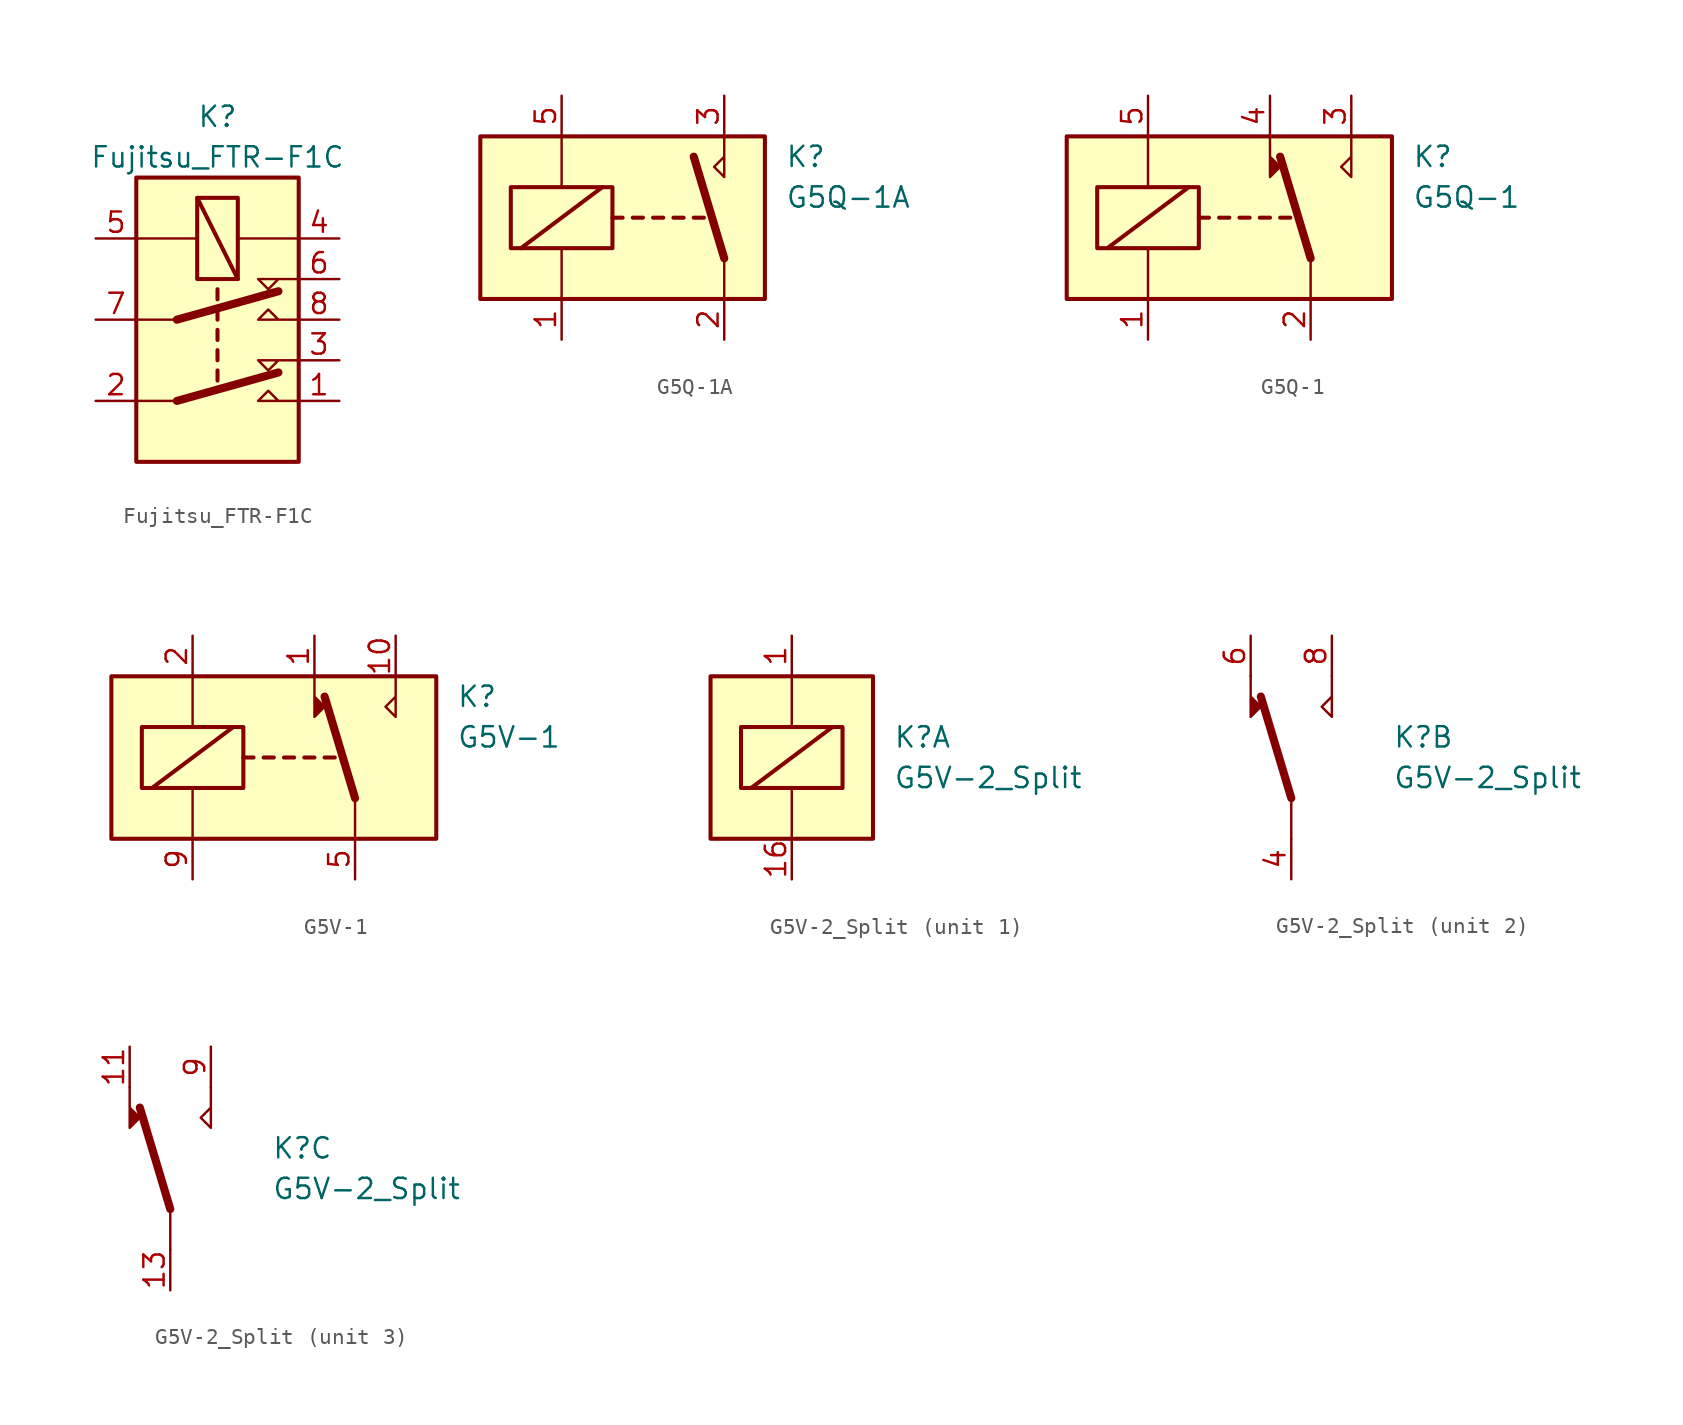
<source format=kicad_sym>
(kicad_symbol_lib
  (version 20211014)
  (generator kicad_symbol_editor)
  (symbol "Fujitsu_FTR-F1C"
    (property "Reference" "K"
      (at 0 12.7 0)
      (effects (font (size 1.27 1.27))))
    (property "Value" "Fujitsu_FTR-F1C"
      (at 0 10.16 0)
      (effects (font (size 1.27 1.27))))
    (symbol "Fujitsu_FTR-F1C_0_1"
      (rectangle (start -1.27 7.62) (end 1.27 2.54) (stroke (width 0.254) (type default) (color 0 0 0 0)) (fill (type none)))
      (polyline (pts (xy -1.27 7.62) (xy 1.27 2.54)) (stroke (width 0.254) (type default) (color 0 0 0 0)) (fill (type none)))
      (polyline (pts (xy 5.08 -2.54) (xy 2.54 -2.54) (xy 3.175 -3.175) (xy 3.81 -2.54)) (stroke (width 0) (type default) (color 0 0 0 0)) (fill (type none)))
      (polyline (pts (xy 5.08 2.54) (xy 2.54 2.54) (xy 3.175 1.905) (xy 3.81 2.54)) (stroke (width 0) (type default) (color 0 0 0 0)) (fill (type none))))
    (symbol "Fujitsu_FTR-F1C_1_1"
      (polyline (pts (xy -2.54 -5.08) (xy -5.08 -5.08)) (stroke (width 0) (type default) (color 0 0 0 0)) (fill (type none)))
      (polyline (pts (xy -2.54 -5.08) (xy 3.81 -3.302)) (stroke (width 0.508) (type default) (color 0 0 0 0)) (fill (type none)))
      (polyline (pts (xy -2.54 0) (xy -5.08 0)) (stroke (width 0) (type default) (color 0 0 0 0)) (fill (type none)))
      (polyline (pts (xy -2.54 0) (xy 3.81 1.778)) (stroke (width 0.508) (type default) (color 0 0 0 0)) (fill (type none)))
      (polyline (pts (xy 0 -3.175) (xy 0 -3.81)) (stroke (width 0.254) (type default) (color 0 0 0 0)) (fill (type none)))
      (polyline (pts (xy 0 -1.905) (xy 0 -2.54)) (stroke (width 0.254) (type default) (color 0 0 0 0)) (fill (type none)))
      (polyline (pts (xy 0 -0.635) (xy 0 -1.27)) (stroke (width 0.254) (type default) (color 0 0 0 0)) (fill (type none)))
      (polyline (pts (xy 0 0.635) (xy 0 0)) (stroke (width 0.254) (type default) (color 0 0 0 0)) (fill (type none)))
      (polyline (pts (xy 0 1.905) (xy 0 1.27)) (stroke (width 0.254) (type default) (color 0 0 0 0)) (fill (type none)))
      (polyline (pts (xy 5.08 5.08) (xy 1.27 5.08)) (stroke (width 0) (type default) (color 0 0 0 0)) (fill (type none)))
      (polyline (pts (xy -5.08 5.08) (xy -1.27 5.08) (xy -1.524 5.08)) (stroke (width 0) (type default) (color 0 0 0 0)) (fill (type none)))
      (polyline (pts (xy 5.08 -5.08) (xy 2.54 -5.08) (xy 3.175 -4.445) (xy 3.81 -5.08)) (stroke (width 0) (type default) (color 0 0 0 0)) (fill (type none)))
      (polyline (pts (xy 5.08 0) (xy 2.54 0) (xy 3.175 0.635) (xy 3.81 0)) (stroke (width 0) (type default) (color 0 0 0 0)) (fill (type none)))
      (rectangle (start 5.08 8.89) (end -5.08 -8.89) (stroke (width 0.254) (type default) (color 0 0 0 0)) (fill (type background)))
      (pin passive line (at 7.62 -5.08 180) (length 2.54) (name "~" (effects (font (size 1.27 1.27)))) (number "1" (effects (font (size 1.27 1.27)))))
      (pin passive line (at -7.62 -5.08 0) (length 2.54) (name "~" (effects (font (size 1.27 1.27)))) (number "2" (effects (font (size 1.27 1.27)))))
      (pin passive line (at 7.62 -2.54 180) (length 2.54) (name "~" (effects (font (size 1.27 1.27)))) (number "3" (effects (font (size 1.27 1.27)))))
      (pin passive line (at 7.62 5.08 180) (length 2.54) (name "~" (effects (font (size 1.27 1.27)))) (number "4" (effects (font (size 1.27 1.27)))))
      (pin passive line (at -7.62 5.08 0) (length 2.54) (name "~" (effects (font (size 1.27 1.27)))) (number "5" (effects (font (size 1.27 1.27)))))
      (pin passive line (at 7.62 2.54 180) (length 2.54) (name "~" (effects (font (size 1.27 1.27)))) (number "6" (effects (font (size 1.27 1.27)))))
      (pin passive line (at -7.62 0 0) (length 2.54) (name "~" (effects (font (size 1.27 1.27)))) (number "7" (effects (font (size 1.27 1.27)))))
      (pin passive line (at 7.62 0 180) (length 2.54) (name "~" (effects (font (size 1.27 1.27)))) (number "8" (effects (font (size 1.27 1.27)))))))
  (symbol "G5Q-1A"
    (property "Reference" "K"
      (at 8.89 3.81 0)
      (effects (font (size 1.27 1.27)) (justify left)))
    (property "Value" "G5Q-1A"
      (at 8.89 1.27 0)
      (effects (font (size 1.27 1.27)) (justify left)))
    (symbol "G5Q-1A_0_0"
      (polyline (pts (xy 5.08 5.08) (xy 5.08 2.54) (xy 4.445 3.175) (xy 5.08 3.81)) (stroke (width 0) (type default) (color 0 0 0 0)) (fill (type none))))
    (symbol "G5Q-1A_0_1"
      (rectangle (start -10.16 5.08) (end 7.62 -5.08) (stroke (width 0.254) (type default) (color 0 0 0 0)) (fill (type background)))
      (rectangle (start -8.255 1.905) (end -1.905 -1.905) (stroke (width 0.254) (type default) (color 0 0 0 0)) (fill (type none)))
      (polyline (pts (xy -7.62 -1.905) (xy -2.54 1.905)) (stroke (width 0.254) (type default) (color 0 0 0 0)) (fill (type none)))
      (polyline (pts (xy -5.08 -5.08) (xy -5.08 -1.905)) (stroke (width 0) (type default) (color 0 0 0 0)) (fill (type none)))
      (polyline (pts (xy -5.08 5.08) (xy -5.08 1.905)) (stroke (width 0) (type default) (color 0 0 0 0)) (fill (type none)))
      (polyline (pts (xy -1.905 0) (xy -1.27 0)) (stroke (width 0.254) (type default) (color 0 0 0 0)) (fill (type none)))
      (polyline (pts (xy -0.635 0) (xy 0 0)) (stroke (width 0.254) (type default) (color 0 0 0 0)) (fill (type none)))
      (polyline (pts (xy 0.635 0) (xy 1.27 0)) (stroke (width 0.254) (type default) (color 0 0 0 0)) (fill (type none)))
      (polyline (pts (xy 1.905 0) (xy 2.54 0)) (stroke (width 0.254) (type default) (color 0 0 0 0)) (fill (type none)))
      (polyline (pts (xy 3.175 0) (xy 3.81 0)) (stroke (width 0.254) (type default) (color 0 0 0 0)) (fill (type none)))
      (polyline (pts (xy 5.08 -2.54) (xy 3.175 3.81)) (stroke (width 0.508) (type default) (color 0 0 0 0)) (fill (type none)))
      (polyline (pts (xy 5.08 -2.54) (xy 5.08 -5.08)) (stroke (width 0) (type default) (color 0 0 0 0)) (fill (type none))))
    (symbol "G5Q-1A_1_1"
      (pin passive line (at -5.08 -7.62 90) (length 2.54) (name "~" (effects (font (size 1.27 1.27)))) (number "1" (effects (font (size 1.27 1.27)))))
      (pin passive line (at 5.08 -7.62 90) (length 2.54) (name "~" (effects (font (size 1.27 1.27)))) (number "2" (effects (font (size 1.27 1.27)))))
      (pin passive line (at 5.08 7.62 270) (length 2.54) (name "~" (effects (font (size 1.27 1.27)))) (number "3" (effects (font (size 1.27 1.27)))))
      (pin passive line (at -5.08 7.62 270) (length 2.54) (name "~" (effects (font (size 1.27 1.27)))) (number "5" (effects (font (size 1.27 1.27)))))))
  (symbol "G5Q-1"
    (property "Reference" "K"
      (at 11.43 3.81 0)
      (effects (font (size 1.27 1.27)) (justify left)))
    (property "Value" "G5Q-1"
      (at 11.43 1.27 0)
      (effects (font (size 1.27 1.27)) (justify left)))
    (symbol "G5Q-1_0_0"
      (polyline (pts (xy 7.62 5.08) (xy 7.62 2.54) (xy 6.985 3.175) (xy 7.62 3.81)) (stroke (width 0) (type default) (color 0 0 0 0)) (fill (type none))))
    (symbol "G5Q-1_0_1"
      (rectangle (start -10.16 5.08) (end 10.16 -5.08) (stroke (width 0.254) (type default) (color 0 0 0 0)) (fill (type background)))
      (rectangle (start -8.255 1.905) (end -1.905 -1.905) (stroke (width 0.254) (type default) (color 0 0 0 0)) (fill (type none)))
      (polyline (pts (xy -7.62 -1.905) (xy -2.54 1.905)) (stroke (width 0.254) (type default) (color 0 0 0 0)) (fill (type none)))
      (polyline (pts (xy -5.08 -5.08) (xy -5.08 -1.905)) (stroke (width 0) (type default) (color 0 0 0 0)) (fill (type none)))
      (polyline (pts (xy -5.08 5.08) (xy -5.08 1.905)) (stroke (width 0) (type default) (color 0 0 0 0)) (fill (type none)))
      (polyline (pts (xy -1.905 0) (xy -1.27 0)) (stroke (width 0.254) (type default) (color 0 0 0 0)) (fill (type none)))
      (polyline (pts (xy -0.635 0) (xy 0 0)) (stroke (width 0.254) (type default) (color 0 0 0 0)) (fill (type none)))
      (polyline (pts (xy 0.635 0) (xy 1.27 0)) (stroke (width 0.254) (type default) (color 0 0 0 0)) (fill (type none)))
      (polyline (pts (xy 1.905 0) (xy 2.54 0)) (stroke (width 0.254) (type default) (color 0 0 0 0)) (fill (type none)))
      (polyline (pts (xy 3.175 0) (xy 3.81 0)) (stroke (width 0.254) (type default) (color 0 0 0 0)) (fill (type none)))
      (polyline (pts (xy 5.08 -2.54) (xy 3.175 3.81)) (stroke (width 0.508) (type default) (color 0 0 0 0)) (fill (type none)))
      (polyline (pts (xy 5.08 -2.54) (xy 5.08 -5.08)) (stroke (width 0) (type default) (color 0 0 0 0)) (fill (type none)))
      (polyline (pts (xy 2.54 5.08) (xy 2.54 2.54) (xy 3.175 3.175) (xy 2.54 3.81)) (stroke (width 0) (type default) (color 0 0 0 0)) (fill (type outline))))
    (symbol "G5Q-1_1_1"
      (pin passive line (at -5.08 -7.62 90) (length 2.54) (name "~" (effects (font (size 1.27 1.27)))) (number "1" (effects (font (size 1.27 1.27)))))
      (pin passive line (at 5.08 -7.62 90) (length 2.54) (name "~" (effects (font (size 1.27 1.27)))) (number "2" (effects (font (size 1.27 1.27)))))
      (pin passive line (at 7.62 7.62 270) (length 2.54) (name "~" (effects (font (size 1.27 1.27)))) (number "3" (effects (font (size 1.27 1.27)))))
      (pin passive line (at 2.54 7.62 270) (length 2.54) (name "~" (effects (font (size 1.27 1.27)))) (number "4" (effects (font (size 1.27 1.27)))))
      (pin passive line (at -5.08 7.62 270) (length 2.54) (name "~" (effects (font (size 1.27 1.27)))) (number "5" (effects (font (size 1.27 1.27)))))))
  (symbol "G5V-1"
    (property "Reference" "K"
      (at 11.43 3.81 0)
      (effects (font (size 1.27 1.27)) (justify left)))
    (property "Value" "G5V-1"
      (at 11.43 1.27 0)
      (effects (font (size 1.27 1.27)) (justify left)))
    (symbol "G5V-1_0_0"
      (polyline (pts (xy 7.62 5.08) (xy 7.62 2.54) (xy 6.985 3.175) (xy 7.62 3.81)) (stroke (width 0) (type default) (color 0 0 0 0)) (fill (type none))))
    (symbol "G5V-1_0_1"
      (rectangle (start -10.16 5.08) (end 10.16 -5.08) (stroke (width 0.254) (type default) (color 0 0 0 0)) (fill (type background)))
      (rectangle (start -8.255 1.905) (end -1.905 -1.905) (stroke (width 0.254) (type default) (color 0 0 0 0)) (fill (type none)))
      (polyline (pts (xy -7.62 -1.905) (xy -2.54 1.905)) (stroke (width 0.254) (type default) (color 0 0 0 0)) (fill (type none)))
      (polyline (pts (xy -5.08 -5.08) (xy -5.08 -1.905)) (stroke (width 0) (type default) (color 0 0 0 0)) (fill (type none)))
      (polyline (pts (xy -5.08 5.08) (xy -5.08 1.905)) (stroke (width 0) (type default) (color 0 0 0 0)) (fill (type none)))
      (polyline (pts (xy -1.905 0) (xy -1.27 0)) (stroke (width 0.254) (type default) (color 0 0 0 0)) (fill (type none)))
      (polyline (pts (xy -0.635 0) (xy 0 0)) (stroke (width 0.254) (type default) (color 0 0 0 0)) (fill (type none)))
      (polyline (pts (xy 0.635 0) (xy 1.27 0)) (stroke (width 0.254) (type default) (color 0 0 0 0)) (fill (type none)))
      (polyline (pts (xy 1.905 0) (xy 2.54 0)) (stroke (width 0.254) (type default) (color 0 0 0 0)) (fill (type none)))
      (polyline (pts (xy 3.175 0) (xy 3.81 0)) (stroke (width 0.254) (type default) (color 0 0 0 0)) (fill (type none)))
      (polyline (pts (xy 5.08 -2.54) (xy 3.175 3.81)) (stroke (width 0.508) (type default) (color 0 0 0 0)) (fill (type none)))
      (polyline (pts (xy 5.08 -2.54) (xy 5.08 -5.08)) (stroke (width 0) (type default) (color 0 0 0 0)) (fill (type none)))
      (polyline (pts (xy 2.54 5.08) (xy 2.54 2.54) (xy 3.175 3.175) (xy 2.54 3.81)) (stroke (width 0) (type default) (color 0 0 0 0)) (fill (type outline))))
    (symbol "G5V-1_1_1"
      (pin passive line (at 2.54 7.62 270) (length 2.54) (name "~" (effects (font (size 1.27 1.27)))) (number "1" (effects (font (size 1.27 1.27)))))
      (pin passive line (at 7.62 7.62 270) (length 2.54) (name "~" (effects (font (size 1.27 1.27)))) (number "10" (effects (font (size 1.27 1.27)))))
      (pin passive line (at -5.08 7.62 270) (length 2.54) (name "~" (effects (font (size 1.27 1.27)))) (number "2" (effects (font (size 1.27 1.27)))))
      (pin passive line (at 5.08 -7.62 90) (length 2.54) (name "~" (effects (font (size 1.27 1.27)))) (number "5" (effects (font (size 1.27 1.27)))))
      (pin passive line (at 5.08 -7.62 90) (length 2.54) hide (name "~" (effects (font (size 1.27 1.27)))) (number "6" (effects (font (size 1.27 1.27)))))
      (pin passive line (at -5.08 -7.62 90) (length 2.54) (name "~" (effects (font (size 1.27 1.27)))) (number "9" (effects (font (size 1.27 1.27)))))))
  (symbol "G5V-2_Split"
    (property "Reference" "K"
      (at 6.35 1.27 0)
      (effects (font (size 1.27 1.27)) (justify left)))
    (property "Value" "G5V-2_Split"
      (at 6.35 -1.27 0)
      (effects (font (size 1.27 1.27)) (justify left)))
    (property "ki_locked" ""
      (at 0 0 0)
      (effects (font (size 1.27 1.27))))
    (symbol "G5V-2_Split_1_1"
      (rectangle (start -5.08 5.08) (end 5.08 -5.08) (stroke (width 0.254) (type default) (color 0 0 0 0)) (fill (type background)))
      (rectangle (start -3.175 1.905) (end 3.175 -1.905) (stroke (width 0.254) (type default) (color 0 0 0 0)) (fill (type none)))
      (polyline (pts (xy -2.54 -1.905) (xy 2.54 1.905)) (stroke (width 0.254) (type default) (color 0 0 0 0)) (fill (type none)))
      (polyline (pts (xy 0 -5.08) (xy 0 -1.905)) (stroke (width 0) (type default) (color 0 0 0 0)) (fill (type none)))
      (polyline (pts (xy 0 5.08) (xy 0 1.905)) (stroke (width 0) (type default) (color 0 0 0 0)) (fill (type none)))
      (pin passive line (at 0 7.62 270) (length 2.54) (name "~" (effects (font (size 1.27 1.27)))) (number "1" (effects (font (size 1.27 1.27)))))
      (pin passive line (at 0 -7.62 90) (length 2.54) (name "~" (effects (font (size 1.27 1.27)))) (number "16" (effects (font (size 1.27 1.27))))))
    (symbol "G5V-2_Split_2_1"
      (polyline (pts (xy 0 -2.54) (xy -1.905 3.81)) (stroke (width 0.508) (type default) (color 0 0 0 0)) (fill (type none)))
      (polyline (pts (xy 0 -2.54) (xy 0 -5.08)) (stroke (width 0) (type default) (color 0 0 0 0)) (fill (type none)))
      (polyline (pts (xy -2.54 5.08) (xy -2.54 2.54) (xy -1.905 3.175) (xy -2.54 3.81)) (stroke (width 0) (type default) (color 0 0 0 0)) (fill (type outline)))
      (polyline (pts (xy 2.54 5.08) (xy 2.54 2.54) (xy 1.905 3.175) (xy 2.54 3.81)) (stroke (width 0) (type default) (color 0 0 0 0)) (fill (type none)))
      (pin passive line (at 0 -7.62 90) (length 2.54) (name "~" (effects (font (size 1.27 1.27)))) (number "4" (effects (font (size 1.27 1.27)))))
      (pin passive line (at -2.54 7.62 270) (length 2.54) (name "~" (effects (font (size 1.27 1.27)))) (number "6" (effects (font (size 1.27 1.27)))))
      (pin passive line (at 2.54 7.62 270) (length 2.54) (name "~" (effects (font (size 1.27 1.27)))) (number "8" (effects (font (size 1.27 1.27))))))
    (symbol "G5V-2_Split_3_1"
      (polyline (pts (xy 0 -2.54) (xy -1.905 3.81)) (stroke (width 0.508) (type default) (color 0 0 0 0)) (fill (type none)))
      (polyline (pts (xy 0 -2.54) (xy 0 -5.08)) (stroke (width 0) (type default) (color 0 0 0 0)) (fill (type none)))
      (polyline (pts (xy -2.54 5.08) (xy -2.54 2.54) (xy -1.905 3.175) (xy -2.54 3.81)) (stroke (width 0) (type default) (color 0 0 0 0)) (fill (type outline)))
      (polyline (pts (xy 2.54 5.08) (xy 2.54 2.54) (xy 1.905 3.175) (xy 2.54 3.81)) (stroke (width 0) (type default) (color 0 0 0 0)) (fill (type none)))
      (pin passive line (at -2.54 7.62 270) (length 2.54) (name "~" (effects (font (size 1.27 1.27)))) (number "11" (effects (font (size 1.27 1.27)))))
      (pin passive line (at 0 -7.62 90) (length 2.54) (name "~" (effects (font (size 1.27 1.27)))) (number "13" (effects (font (size 1.27 1.27)))))
      (pin passive line (at 2.54 7.62 270) (length 2.54) (name "~" (effects (font (size 1.27 1.27)))) (number "9" (effects (font (size 1.27 1.27))))))))
</source>
